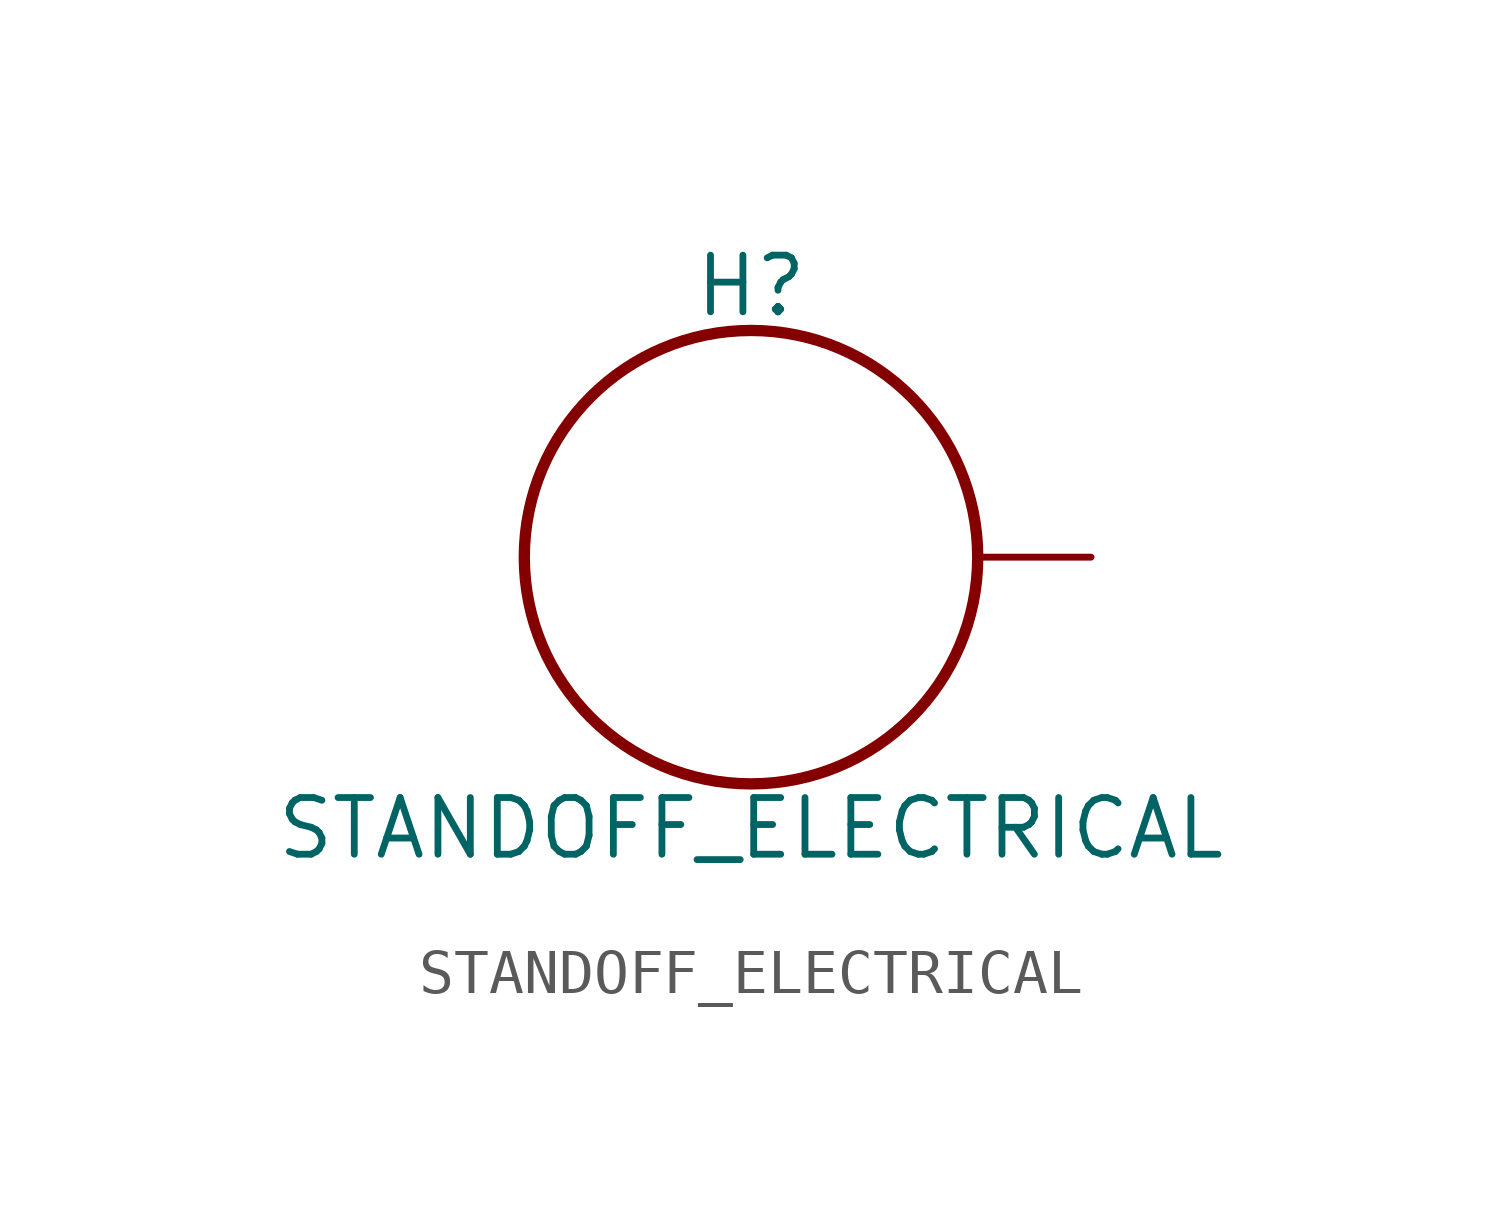
<source format=kicad_sym>
(kicad_symbol_lib
  (version 20211014)
  (generator kicad_symbol_editor)
  (symbol "STANDOFF_ELECTRICAL"
    (property "Reference" "H"
      (at 0 5.334 0)
      (effects (font (size 1.27 1.27)) (justify bottom)))
    (property "Value" "STANDOFF_ELECTRICAL"
      (at 0 -5.334 0)
      (effects (font (size 1.27 1.27)) (justify top)))
    (property "ki_locked" ""
      (at 0 0 0)
      (effects (font (size 1.27 1.27))))
    (symbol "STANDOFF_ELECTRICAL_1_0"
      (circle (center 0 0) (radius 5.08) (stroke (width 0.254) (type default) (color 0 0 0 0)) (fill (type none)))
      (pin bidirectional line (at 7.62 0 180) (length 2.54) (name "P$1" (effects (font (size 0 0)))) (number "P1" (effects (font (size 0 0))))))))
</source>
